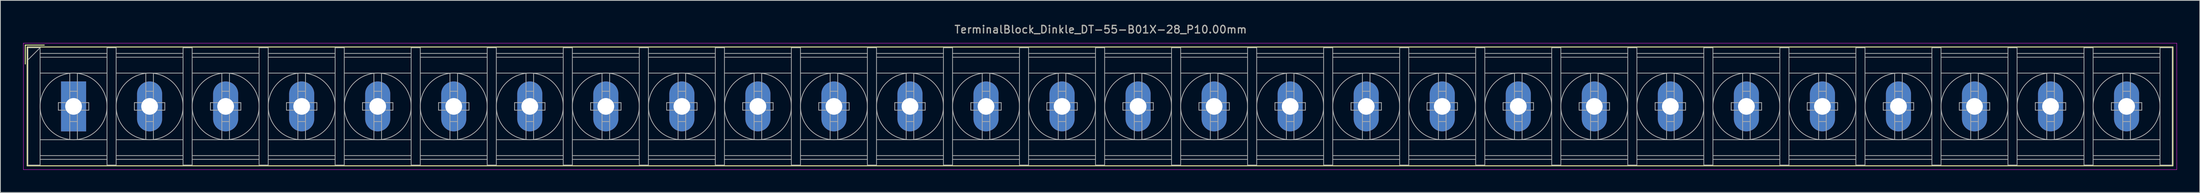
<source format=kicad_pcb>
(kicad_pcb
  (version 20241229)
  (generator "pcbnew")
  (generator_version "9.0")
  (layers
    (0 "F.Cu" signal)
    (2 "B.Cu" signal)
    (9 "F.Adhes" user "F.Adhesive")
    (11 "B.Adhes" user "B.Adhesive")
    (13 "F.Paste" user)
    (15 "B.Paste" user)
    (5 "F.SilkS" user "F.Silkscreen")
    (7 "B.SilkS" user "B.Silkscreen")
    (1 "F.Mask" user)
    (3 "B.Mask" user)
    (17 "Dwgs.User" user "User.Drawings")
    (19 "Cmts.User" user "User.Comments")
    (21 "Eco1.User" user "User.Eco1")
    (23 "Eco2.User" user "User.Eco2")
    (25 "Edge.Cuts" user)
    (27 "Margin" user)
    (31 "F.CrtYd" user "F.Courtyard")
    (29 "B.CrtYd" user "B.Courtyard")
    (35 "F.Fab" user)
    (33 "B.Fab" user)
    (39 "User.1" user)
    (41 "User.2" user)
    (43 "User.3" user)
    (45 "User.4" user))
  (footprint "TerminalBlock_Dinkle_DT-55-B01X-28_P10.00mm"
    (layer "F.Cu")
    (at 6.625 11.008)
    (property "Reference" "TerminalBlock_Dinkle_DT-55-B01X-28_P10.00mm" (at 135.08 -10.16 0) (layer "F.SilkS") (effects (font (size 1 1) (thickness 0.15))))
    (attr through_hole)
    (fp_line (start -6.35 -8.1) (end -3.85 -8.1) (stroke (width 0.12) (type solid)) (layer "F.SilkS"))
    (fp_line (start -6.35 -5.6) (end -6.35 -8.1) (stroke (width 0.12) (type solid)) (layer "F.SilkS"))
    (fp_line (start -6.1 -7.85) (end 276.1 -7.85) (stroke (width 0.12) (type solid)) (layer "F.SilkS"))
    (fp_line (start -6.1 7.85) (end -6.1 -7.85) (stroke (width 0.12) (type solid)) (layer "F.SilkS"))
    (fp_line (start -6.1 7.85) (end 276.1 7.85) (stroke (width 0.12) (type solid)) (layer "F.SilkS"))
    (fp_line (start 276.1 -7.85) (end 276.1 7.85) (stroke (width 0.12) (type solid)) (layer "F.SilkS"))
    (fp_line (start -6.6 -8.35) (end 276.6 -8.35) (stroke (width 0.05) (type solid)) (layer "F.CrtYd"))
    (fp_line (start -6.6 8.35) (end -6.6 -8.35) (stroke (width 0.05) (type solid)) (layer "F.CrtYd"))
    (fp_line (start -6.6 8.35) (end 276.6 8.35) (stroke (width 0.05) (type solid)) (layer "F.CrtYd"))
    (fp_line (start 276.6 -8.35) (end 276.6 8.35) (stroke (width 0.05) (type solid)) (layer "F.CrtYd"))
    (fp_line (start -6 -7.75) (end -6 7.75) (stroke (width 0.1) (type solid)) (layer "F.Fab"))
    (fp_line (start -6 -7.75) (end -4.4 -7.75) (stroke (width 0.1) (type solid)) (layer "F.Fab"))
    (fp_line (start -6 7.75) (end -4.4 7.75) (stroke (width 0.1) (type solid)) (layer "F.Fab"))
    (fp_line (start -4.4 -7.75) (end -6 -6.15) (stroke (width 0.1) (type solid)) (layer "F.Fab"))
    (fp_line (start -4.4 -7.75) (end -4.4 7.75) (stroke (width 0.1) (type solid)) (layer "F.Fab"))
    (fp_line (start -4.4 -7) (end 4.4 -7) (stroke (width 0.1) (type solid)) (layer "F.Fab"))
    (fp_line (start -4.4 -6.5) (end 4.4 -6.5) (stroke (width 0.1) (type solid)) (layer "F.Fab"))
    (fp_line (start -4.4 -4.4) (end 4.4 -4.4) (stroke (width 0.1) (type solid)) (layer "F.Fab"))
    (fp_line (start -4.4 4.4) (end 4.4 4.4) (stroke (width 0.1) (type solid)) (layer "F.Fab"))
    (fp_line (start -4.4 6.5) (end 4.4 6.5) (stroke (width 0.1) (type solid)) (layer "F.Fab"))
    (fp_line (start -4.4 7) (end 4.4 7) (stroke (width 0.1) (type solid)) (layer "F.Fab"))
    (fp_line (start -2 -0.5) (end -2 0.5) (stroke (width 0.1) (type solid)) (layer "F.Fab"))
    (fp_line (start -2 0.5) (end -0.5 0.5) (stroke (width 0.1) (type solid)) (layer "F.Fab"))
    (fp_line (start -0.5 -4.35) (end -0.5 -0.5) (stroke (width 0.1) (type solid)) (layer "F.Fab"))
    (fp_line (start -0.5 -2) (end 0.5 -2) (stroke (width 0.1) (type solid)) (layer "F.Fab"))
    (fp_line (start -0.5 -0.5) (end -2 -0.5) (stroke (width 0.1) (type solid)) (layer "F.Fab"))
    (fp_line (start -0.5 0.5) (end -0.5 4.35) (stroke (width 0.1) (type solid)) (layer "F.Fab"))
    (fp_line (start -0.5 2) (end 0.5 2) (stroke (width 0.1) (type solid)) (layer "F.Fab"))
    (fp_line (start 0.5 -4.35) (end 0.5 -0.5) (stroke (width 0.1) (type solid)) (layer "F.Fab"))
    (fp_line (start 0.5 -0.5) (end 2 -0.5) (stroke (width 0.1) (type solid)) (layer "F.Fab"))
    (fp_line (start 0.5 0.5) (end 0.5 4.35) (stroke (width 0.1) (type solid)) (layer "F.Fab"))
    (fp_line (start 2 -0.5) (end 2 0.5) (stroke (width 0.1) (type solid)) (layer "F.Fab"))
    (fp_line (start 2 0.5) (end 0.5 0.5) (stroke (width 0.1) (type solid)) (layer "F.Fab"))
    (fp_line (start 4.4 -7.75) (end 4.4 7.75) (stroke (width 0.1) (type solid)) (layer "F.Fab"))
    (fp_line (start 4.4 -7.75) (end 5.6 -7.75) (stroke (width 0.1) (type solid)) (layer "F.Fab"))
    (fp_line (start 4.4 7.75) (end 5.6 7.75) (stroke (width 0.1) (type solid)) (layer "F.Fab"))
    (fp_line (start 5.6 -7.75) (end 5.6 7.75) (stroke (width 0.1) (type solid)) (layer "F.Fab"))
    (fp_line (start 5.6 -7) (end 14.4 -7) (stroke (width 0.1) (type solid)) (layer "F.Fab"))
    (fp_line (start 5.6 -6.5) (end 14.4 -6.5) (stroke (width 0.1) (type solid)) (layer "F.Fab"))
    (fp_line (start 5.6 -4.4) (end 14.4 -4.4) (stroke (width 0.1) (type solid)) (layer "F.Fab"))
    (fp_line (start 5.6 4.4) (end 14.4 4.4) (stroke (width 0.1) (type solid)) (layer "F.Fab"))
    (fp_line (start 5.6 6.5) (end 14.4 6.5) (stroke (width 0.1) (type solid)) (layer "F.Fab"))
    (fp_line (start 5.6 7) (end 14.4 7) (stroke (width 0.1) (type solid)) (layer "F.Fab"))
    (fp_line (start 8 -0.5) (end 8 0.5) (stroke (width 0.1) (type solid)) (layer "F.Fab"))
    (fp_line (start 8 0.5) (end 9.5 0.5) (stroke (width 0.1) (type solid)) (layer "F.Fab"))
    (fp_line (start 9.5 -4.35) (end 9.5 -0.5) (stroke (width 0.1) (type solid)) (layer "F.Fab"))
    (fp_line (start 9.5 -2) (end 10.5 -2) (stroke (width 0.1) (type solid)) (layer "F.Fab"))
    (fp_line (start 9.5 -0.5) (end 8 -0.5) (stroke (width 0.1) (type solid)) (layer "F.Fab"))
    (fp_line (start 9.5 0.5) (end 9.5 4.35) (stroke (width 0.1) (type solid)) (layer "F.Fab"))
    (fp_line (start 9.5 2) (end 10.5 2) (stroke (width 0.1) (type solid)) (layer "F.Fab"))
    (fp_line (start 10.5 -4.35) (end 10.5 -0.5) (stroke (width 0.1) (type solid)) (layer "F.Fab"))
    (fp_line (start 10.5 -0.5) (end 12 -0.5) (stroke (width 0.1) (type solid)) (layer "F.Fab"))
    (fp_line (start 10.5 0.5) (end 10.5 4.35) (stroke (width 0.1) (type solid)) (layer "F.Fab"))
    (fp_line (start 12 -0.5) (end 12 0.5) (stroke (width 0.1) (type solid)) (layer "F.Fab"))
    (fp_line (start 12 0.5) (end 10.5 0.5) (stroke (width 0.1) (type solid)) (layer "F.Fab"))
    (fp_line (start 14.4 -7.75) (end 14.4 7.75) (stroke (width 0.1) (type solid)) (layer "F.Fab"))
    (fp_line (start 14.4 -7.75) (end 15.6 -7.75) (stroke (width 0.1) (type solid)) (layer "F.Fab"))
    (fp_line (start 14.4 7.75) (end 15.6 7.75) (stroke (width 0.1) (type solid)) (layer "F.Fab"))
    (fp_line (start 15.6 -7.75) (end 15.6 7.75) (stroke (width 0.1) (type solid)) (layer "F.Fab"))
    (fp_line (start 15.6 -7) (end 24.4 -7) (stroke (width 0.1) (type solid)) (layer "F.Fab"))
    (fp_line (start 15.6 -6.5) (end 24.4 -6.5) (stroke (width 0.1) (type solid)) (layer "F.Fab"))
    (fp_line (start 15.6 -4.4) (end 24.4 -4.4) (stroke (width 0.1) (type solid)) (layer "F.Fab"))
    (fp_line (start 15.6 4.4) (end 24.4 4.4) (stroke (width 0.1) (type solid)) (layer "F.Fab"))
    (fp_line (start 15.6 6.5) (end 24.4 6.5) (stroke (width 0.1) (type solid)) (layer "F.Fab"))
    (fp_line (start 15.6 7) (end 24.4 7) (stroke (width 0.1) (type solid)) (layer "F.Fab"))
    (fp_line (start 18 -0.5) (end 18 0.5) (stroke (width 0.1) (type solid)) (layer "F.Fab"))
    (fp_line (start 18 0.5) (end 19.5 0.5) (stroke (width 0.1) (type solid)) (layer "F.Fab"))
    (fp_line (start 19.5 -4.35) (end 19.5 -0.5) (stroke (width 0.1) (type solid)) (layer "F.Fab"))
    (fp_line (start 19.5 -2) (end 20.5 -2) (stroke (width 0.1) (type solid)) (layer "F.Fab"))
    (fp_line (start 19.5 -0.5) (end 18 -0.5) (stroke (width 0.1) (type solid)) (layer "F.Fab"))
    (fp_line (start 19.5 0.5) (end 19.5 4.35) (stroke (width 0.1) (type solid)) (layer "F.Fab"))
    (fp_line (start 19.5 2) (end 20.5 2) (stroke (width 0.1) (type solid)) (layer "F.Fab"))
    (fp_line (start 20.5 -4.35) (end 20.5 -0.5) (stroke (width 0.1) (type solid)) (layer "F.Fab"))
    (fp_line (start 20.5 -0.5) (end 22 -0.5) (stroke (width 0.1) (type solid)) (layer "F.Fab"))
    (fp_line (start 20.5 0.5) (end 20.5 4.35) (stroke (width 0.1) (type solid)) (layer "F.Fab"))
    (fp_line (start 22 -0.5) (end 22 0.5) (stroke (width 0.1) (type solid)) (layer "F.Fab"))
    (fp_line (start 22 0.5) (end 20.5 0.5) (stroke (width 0.1) (type solid)) (layer "F.Fab"))
    (fp_line (start 24.4 -7.75) (end 24.4 7.75) (stroke (width 0.1) (type solid)) (layer "F.Fab"))
    (fp_line (start 24.4 -7.75) (end 25.6 -7.75) (stroke (width 0.1) (type solid)) (layer "F.Fab"))
    (fp_line (start 24.4 7.75) (end 25.6 7.75) (stroke (width 0.1) (type solid)) (layer "F.Fab"))
    (fp_line (start 25.6 -7.75) (end 25.6 7.75) (stroke (width 0.1) (type solid)) (layer "F.Fab"))
    (fp_line (start 25.6 -7) (end 34.4 -7) (stroke (width 0.1) (type solid)) (layer "F.Fab"))
    (fp_line (start 25.6 -6.5) (end 34.4 -6.5) (stroke (width 0.1) (type solid)) (layer "F.Fab"))
    (fp_line (start 25.6 -4.4) (end 34.4 -4.4) (stroke (width 0.1) (type solid)) (layer "F.Fab"))
    (fp_line (start 25.6 4.4) (end 34.4 4.4) (stroke (width 0.1) (type solid)) (layer "F.Fab"))
    (fp_line (start 25.6 6.5) (end 34.4 6.5) (stroke (width 0.1) (type solid)) (layer "F.Fab"))
    (fp_line (start 25.6 7) (end 34.4 7) (stroke (width 0.1) (type solid)) (layer "F.Fab"))
    (fp_line (start 28 -0.5) (end 28 0.5) (stroke (width 0.1) (type solid)) (layer "F.Fab"))
    (fp_line (start 28 0.5) (end 29.5 0.5) (stroke (width 0.1) (type solid)) (layer "F.Fab"))
    (fp_line (start 29.5 -4.35) (end 29.5 -0.5) (stroke (width 0.1) (type solid)) (layer "F.Fab"))
    (fp_line (start 29.5 -2) (end 30.5 -2) (stroke (width 0.1) (type solid)) (layer "F.Fab"))
    (fp_line (start 29.5 -0.5) (end 28 -0.5) (stroke (width 0.1) (type solid)) (layer "F.Fab"))
    (fp_line (start 29.5 0.5) (end 29.5 4.35) (stroke (width 0.1) (type solid)) (layer "F.Fab"))
    (fp_line (start 29.5 2) (end 30.5 2) (stroke (width 0.1) (type solid)) (layer "F.Fab"))
    (fp_line (start 30.5 -4.35) (end 30.5 -0.5) (stroke (width 0.1) (type solid)) (layer "F.Fab"))
    (fp_line (start 30.5 -0.5) (end 32 -0.5) (stroke (width 0.1) (type solid)) (layer "F.Fab"))
    (fp_line (start 30.5 0.5) (end 30.5 4.35) (stroke (width 0.1) (type solid)) (layer "F.Fab"))
    (fp_line (start 32 -0.5) (end 32 0.5) (stroke (width 0.1) (type solid)) (layer "F.Fab"))
    (fp_line (start 32 0.5) (end 30.5 0.5) (stroke (width 0.1) (type solid)) (layer "F.Fab"))
    (fp_line (start 34.4 -7.75) (end 34.4 7.75) (stroke (width 0.1) (type solid)) (layer "F.Fab"))
    (fp_line (start 34.4 -7.75) (end 35.6 -7.75) (stroke (width 0.1) (type solid)) (layer "F.Fab"))
    (fp_line (start 34.4 7.75) (end 35.6 7.75) (stroke (width 0.1) (type solid)) (layer "F.Fab"))
    (fp_line (start 35.6 -7.75) (end 35.6 7.75) (stroke (width 0.1) (type solid)) (layer "F.Fab"))
    (fp_line (start 35.6 -7) (end 44.4 -7) (stroke (width 0.1) (type solid)) (layer "F.Fab"))
    (fp_line (start 35.6 -6.5) (end 44.4 -6.5) (stroke (width 0.1) (type solid)) (layer "F.Fab"))
    (fp_line (start 35.6 -4.4) (end 44.4 -4.4) (stroke (width 0.1) (type solid)) (layer "F.Fab"))
    (fp_line (start 35.6 4.4) (end 44.4 4.4) (stroke (width 0.1) (type solid)) (layer "F.Fab"))
    (fp_line (start 35.6 6.5) (end 44.4 6.5) (stroke (width 0.1) (type solid)) (layer "F.Fab"))
    (fp_line (start 35.6 7) (end 44.4 7) (stroke (width 0.1) (type solid)) (layer "F.Fab"))
    (fp_line (start 38 -0.5) (end 38 0.5) (stroke (width 0.1) (type solid)) (layer "F.Fab"))
    (fp_line (start 38 0.5) (end 39.5 0.5) (stroke (width 0.1) (type solid)) (layer "F.Fab"))
    (fp_line (start 39.5 -4.35) (end 39.5 -0.5) (stroke (width 0.1) (type solid)) (layer "F.Fab"))
    (fp_line (start 39.5 -2) (end 40.5 -2) (stroke (width 0.1) (type solid)) (layer "F.Fab"))
    (fp_line (start 39.5 -0.5) (end 38 -0.5) (stroke (width 0.1) (type solid)) (layer "F.Fab"))
    (fp_line (start 39.5 0.5) (end 39.5 4.35) (stroke (width 0.1) (type solid)) (layer "F.Fab"))
    (fp_line (start 39.5 2) (end 40.5 2) (stroke (width 0.1) (type solid)) (layer "F.Fab"))
    (fp_line (start 40.5 -4.35) (end 40.5 -0.5) (stroke (width 0.1) (type solid)) (layer "F.Fab"))
    (fp_line (start 40.5 -0.5) (end 42 -0.5) (stroke (width 0.1) (type solid)) (layer "F.Fab"))
    (fp_line (start 40.5 0.5) (end 40.5 4.35) (stroke (width 0.1) (type solid)) (layer "F.Fab"))
    (fp_line (start 42 -0.5) (end 42 0.5) (stroke (width 0.1) (type solid)) (layer "F.Fab"))
    (fp_line (start 42 0.5) (end 40.5 0.5) (stroke (width 0.1) (type solid)) (layer "F.Fab"))
    (fp_line (start 44.4 -7.75) (end 44.4 7.75) (stroke (width 0.1) (type solid)) (layer "F.Fab"))
    (fp_line (start 44.4 -7.75) (end 45.6 -7.75) (stroke (width 0.1) (type solid)) (layer "F.Fab"))
    (fp_line (start 44.4 7.75) (end 45.6 7.75) (stroke (width 0.1) (type solid)) (layer "F.Fab"))
    (fp_line (start 45.6 -7.75) (end 45.6 7.75) (stroke (width 0.1) (type solid)) (layer "F.Fab"))
    (fp_line (start 45.6 -7) (end 54.4 -7) (stroke (width 0.1) (type solid)) (layer "F.Fab"))
    (fp_line (start 45.6 -6.5) (end 54.4 -6.5) (stroke (width 0.1) (type solid)) (layer "F.Fab"))
    (fp_line (start 45.6 -4.4) (end 54.4 -4.4) (stroke (width 0.1) (type solid)) (layer "F.Fab"))
    (fp_line (start 45.6 4.4) (end 54.4 4.4) (stroke (width 0.1) (type solid)) (layer "F.Fab"))
    (fp_line (start 45.6 6.5) (end 54.4 6.5) (stroke (width 0.1) (type solid)) (layer "F.Fab"))
    (fp_line (start 45.6 7) (end 54.4 7) (stroke (width 0.1) (type solid)) (layer "F.Fab"))
    (fp_line (start 48 -0.5) (end 48 0.5) (stroke (width 0.1) (type solid)) (layer "F.Fab"))
    (fp_line (start 48 0.5) (end 49.5 0.5) (stroke (width 0.1) (type solid)) (layer "F.Fab"))
    (fp_line (start 49.5 -4.35) (end 49.5 -0.5) (stroke (width 0.1) (type solid)) (layer "F.Fab"))
    (fp_line (start 49.5 -2) (end 50.5 -2) (stroke (width 0.1) (type solid)) (layer "F.Fab"))
    (fp_line (start 49.5 -0.5) (end 48 -0.5) (stroke (width 0.1) (type solid)) (layer "F.Fab"))
    (fp_line (start 49.5 0.5) (end 49.5 4.35) (stroke (width 0.1) (type solid)) (layer "F.Fab"))
    (fp_line (start 49.5 2) (end 50.5 2) (stroke (width 0.1) (type solid)) (layer "F.Fab"))
    (fp_line (start 50.5 -4.35) (end 50.5 -0.5) (stroke (width 0.1) (type solid)) (layer "F.Fab"))
    (fp_line (start 50.5 -0.5) (end 52 -0.5) (stroke (width 0.1) (type solid)) (layer "F.Fab"))
    (fp_line (start 50.5 0.5) (end 50.5 4.35) (stroke (width 0.1) (type solid)) (layer "F.Fab"))
    (fp_line (start 52 -0.5) (end 52 0.5) (stroke (width 0.1) (type solid)) (layer "F.Fab"))
    (fp_line (start 52 0.5) (end 50.5 0.5) (stroke (width 0.1) (type solid)) (layer "F.Fab"))
    (fp_line (start 54.4 -7.75) (end 54.4 7.75) (stroke (width 0.1) (type solid)) (layer "F.Fab"))
    (fp_line (start 54.4 -7.75) (end 55.6 -7.75) (stroke (width 0.1) (type solid)) (layer "F.Fab"))
    (fp_line (start 54.4 7.75) (end 55.6 7.75) (stroke (width 0.1) (type solid)) (layer "F.Fab"))
    (fp_line (start 55.6 -7.75) (end 55.6 7.75) (stroke (width 0.1) (type solid)) (layer "F.Fab"))
    (fp_line (start 55.6 -7) (end 64.4 -7) (stroke (width 0.1) (type solid)) (layer "F.Fab"))
    (fp_line (start 55.6 -6.5) (end 64.4 -6.5) (stroke (width 0.1) (type solid)) (layer "F.Fab"))
    (fp_line (start 55.6 -4.4) (end 64.4 -4.4) (stroke (width 0.1) (type solid)) (layer "F.Fab"))
    (fp_line (start 55.6 4.4) (end 64.4 4.4) (stroke (width 0.1) (type solid)) (layer "F.Fab"))
    (fp_line (start 55.6 6.5) (end 64.4 6.5) (stroke (width 0.1) (type solid)) (layer "F.Fab"))
    (fp_line (start 55.6 7) (end 64.4 7) (stroke (width 0.1) (type solid)) (layer "F.Fab"))
    (fp_line (start 58 -0.5) (end 58 0.5) (stroke (width 0.1) (type solid)) (layer "F.Fab"))
    (fp_line (start 58 0.5) (end 59.5 0.5) (stroke (width 0.1) (type solid)) (layer "F.Fab"))
    (fp_line (start 59.5 -4.35) (end 59.5 -0.5) (stroke (width 0.1) (type solid)) (layer "F.Fab"))
    (fp_line (start 59.5 -2) (end 60.5 -2) (stroke (width 0.1) (type solid)) (layer "F.Fab"))
    (fp_line (start 59.5 -0.5) (end 58 -0.5) (stroke (width 0.1) (type solid)) (layer "F.Fab"))
    (fp_line (start 59.5 0.5) (end 59.5 4.35) (stroke (width 0.1) (type solid)) (layer "F.Fab"))
    (fp_line (start 59.5 2) (end 60.5 2) (stroke (width 0.1) (type solid)) (layer "F.Fab"))
    (fp_line (start 60.5 -4.35) (end 60.5 -0.5) (stroke (width 0.1) (type solid)) (layer "F.Fab"))
    (fp_line (start 60.5 -0.5) (end 62 -0.5) (stroke (width 0.1) (type solid)) (layer "F.Fab"))
    (fp_line (start 60.5 0.5) (end 60.5 4.35) (stroke (width 0.1) (type solid)) (layer "F.Fab"))
    (fp_line (start 62 -0.5) (end 62 0.5) (stroke (width 0.1) (type solid)) (layer "F.Fab"))
    (fp_line (start 62 0.5) (end 60.5 0.5) (stroke (width 0.1) (type solid)) (layer "F.Fab"))
    (fp_line (start 64.4 -7.75) (end 64.4 7.75) (stroke (width 0.1) (type solid)) (layer "F.Fab"))
    (fp_line (start 64.4 -7.75) (end 65.6 -7.75) (stroke (width 0.1) (type solid)) (layer "F.Fab"))
    (fp_line (start 64.4 7.75) (end 65.6 7.75) (stroke (width 0.1) (type solid)) (layer "F.Fab"))
    (fp_line (start 65.6 -7.75) (end 65.6 7.75) (stroke (width 0.1) (type solid)) (layer "F.Fab"))
    (fp_line (start 65.6 -7) (end 74.4 -7) (stroke (width 0.1) (type solid)) (layer "F.Fab"))
    (fp_line (start 65.6 -6.5) (end 74.4 -6.5) (stroke (width 0.1) (type solid)) (layer "F.Fab"))
    (fp_line (start 65.6 -4.4) (end 74.4 -4.4) (stroke (width 0.1) (type solid)) (layer "F.Fab"))
    (fp_line (start 65.6 4.4) (end 74.4 4.4) (stroke (width 0.1) (type solid)) (layer "F.Fab"))
    (fp_line (start 65.6 6.5) (end 74.4 6.5) (stroke (width 0.1) (type solid)) (layer "F.Fab"))
    (fp_line (start 65.6 7) (end 74.4 7) (stroke (width 0.1) (type solid)) (layer "F.Fab"))
    (fp_line (start 68 -0.5) (end 68 0.5) (stroke (width 0.1) (type solid)) (layer "F.Fab"))
    (fp_line (start 68 0.5) (end 69.5 0.5) (stroke (width 0.1) (type solid)) (layer "F.Fab"))
    (fp_line (start 69.5 -4.35) (end 69.5 -0.5) (stroke (width 0.1) (type solid)) (layer "F.Fab"))
    (fp_line (start 69.5 -2) (end 70.5 -2) (stroke (width 0.1) (type solid)) (layer "F.Fab"))
    (fp_line (start 69.5 -0.5) (end 68 -0.5) (stroke (width 0.1) (type solid)) (layer "F.Fab"))
    (fp_line (start 69.5 0.5) (end 69.5 4.35) (stroke (width 0.1) (type solid)) (layer "F.Fab"))
    (fp_line (start 69.5 2) (end 70.5 2) (stroke (width 0.1) (type solid)) (layer "F.Fab"))
    (fp_line (start 70.5 -4.35) (end 70.5 -0.5) (stroke (width 0.1) (type solid)) (layer "F.Fab"))
    (fp_line (start 70.5 -0.5) (end 72 -0.5) (stroke (width 0.1) (type solid)) (layer "F.Fab"))
    (fp_line (start 70.5 0.5) (end 70.5 4.35) (stroke (width 0.1) (type solid)) (layer "F.Fab"))
    (fp_line (start 72 -0.5) (end 72 0.5) (stroke (width 0.1) (type solid)) (layer "F.Fab"))
    (fp_line (start 72 0.5) (end 70.5 0.5) (stroke (width 0.1) (type solid)) (layer "F.Fab"))
    (fp_line (start 74.4 -7.75) (end 74.4 7.75) (stroke (width 0.1) (type solid)) (layer "F.Fab"))
    (fp_line (start 74.4 -7.75) (end 75.6 -7.75) (stroke (width 0.1) (type solid)) (layer "F.Fab"))
    (fp_line (start 74.4 7.75) (end 75.6 7.75) (stroke (width 0.1) (type solid)) (layer "F.Fab"))
    (fp_line (start 75.6 -7.75) (end 75.6 7.75) (stroke (width 0.1) (type solid)) (layer "F.Fab"))
    (fp_line (start 75.6 -7) (end 84.4 -7) (stroke (width 0.1) (type solid)) (layer "F.Fab"))
    (fp_line (start 75.6 -6.5) (end 84.4 -6.5) (stroke (width 0.1) (type solid)) (layer "F.Fab"))
    (fp_line (start 75.6 -4.4) (end 84.4 -4.4) (stroke (width 0.1) (type solid)) (layer "F.Fab"))
    (fp_line (start 75.6 4.4) (end 84.4 4.4) (stroke (width 0.1) (type solid)) (layer "F.Fab"))
    (fp_line (start 75.6 6.5) (end 84.4 6.5) (stroke (width 0.1) (type solid)) (layer "F.Fab"))
    (fp_line (start 75.6 7) (end 84.4 7) (stroke (width 0.1) (type solid)) (layer "F.Fab"))
    (fp_line (start 78 -0.5) (end 78 0.5) (stroke (width 0.1) (type solid)) (layer "F.Fab"))
    (fp_line (start 78 0.5) (end 79.5 0.5) (stroke (width 0.1) (type solid)) (layer "F.Fab"))
    (fp_line (start 79.5 -4.35) (end 79.5 -0.5) (stroke (width 0.1) (type solid)) (layer "F.Fab"))
    (fp_line (start 79.5 -2) (end 80.5 -2) (stroke (width 0.1) (type solid)) (layer "F.Fab"))
    (fp_line (start 79.5 -0.5) (end 78 -0.5) (stroke (width 0.1) (type solid)) (layer "F.Fab"))
    (fp_line (start 79.5 0.5) (end 79.5 4.35) (stroke (width 0.1) (type solid)) (layer "F.Fab"))
    (fp_line (start 79.5 2) (end 80.5 2) (stroke (width 0.1) (type solid)) (layer "F.Fab"))
    (fp_line (start 80.5 -4.35) (end 80.5 -0.5) (stroke (width 0.1) (type solid)) (layer "F.Fab"))
    (fp_line (start 80.5 -0.5) (end 82 -0.5) (stroke (width 0.1) (type solid)) (layer "F.Fab"))
    (fp_line (start 80.5 0.5) (end 80.5 4.35) (stroke (width 0.1) (type solid)) (layer "F.Fab"))
    (fp_line (start 82 -0.5) (end 82 0.5) (stroke (width 0.1) (type solid)) (layer "F.Fab"))
    (fp_line (start 82 0.5) (end 80.5 0.5) (stroke (width 0.1) (type solid)) (layer "F.Fab"))
    (fp_line (start 84.4 -7.75) (end 84.4 7.75) (stroke (width 0.1) (type solid)) (layer "F.Fab"))
    (fp_line (start 84.4 -7.75) (end 85.6 -7.75) (stroke (width 0.1) (type solid)) (layer "F.Fab"))
    (fp_line (start 84.4 7.75) (end 85.6 7.75) (stroke (width 0.1) (type solid)) (layer "F.Fab"))
    (fp_line (start 85.6 -7.75) (end 85.6 7.75) (stroke (width 0.1) (type solid)) (layer "F.Fab"))
    (fp_line (start 85.6 -7) (end 94.4 -7) (stroke (width 0.1) (type solid)) (layer "F.Fab"))
    (fp_line (start 85.6 -6.5) (end 94.4 -6.5) (stroke (width 0.1) (type solid)) (layer "F.Fab"))
    (fp_line (start 85.6 -4.4) (end 94.4 -4.4) (stroke (width 0.1) (type solid)) (layer "F.Fab"))
    (fp_line (start 85.6 4.4) (end 94.4 4.4) (stroke (width 0.1) (type solid)) (layer "F.Fab"))
    (fp_line (start 85.6 6.5) (end 94.4 6.5) (stroke (width 0.1) (type solid)) (layer "F.Fab"))
    (fp_line (start 85.6 7) (end 94.4 7) (stroke (width 0.1) (type solid)) (layer "F.Fab"))
    (fp_line (start 88 -0.5) (end 88 0.5) (stroke (width 0.1) (type solid)) (layer "F.Fab"))
    (fp_line (start 88 0.5) (end 89.5 0.5) (stroke (width 0.1) (type solid)) (layer "F.Fab"))
    (fp_line (start 89.5 -4.35) (end 89.5 -0.5) (stroke (width 0.1) (type solid)) (layer "F.Fab"))
    (fp_line (start 89.5 -2) (end 90.5 -2) (stroke (width 0.1) (type solid)) (layer "F.Fab"))
    (fp_line (start 89.5 -0.5) (end 88 -0.5) (stroke (width 0.1) (type solid)) (layer "F.Fab"))
    (fp_line (start 89.5 0.5) (end 89.5 4.35) (stroke (width 0.1) (type solid)) (layer "F.Fab"))
    (fp_line (start 89.5 2) (end 90.5 2) (stroke (width 0.1) (type solid)) (layer "F.Fab"))
    (fp_line (start 90.5 -4.35) (end 90.5 -0.5) (stroke (width 0.1) (type solid)) (layer "F.Fab"))
    (fp_line (start 90.5 -0.5) (end 92 -0.5) (stroke (width 0.1) (type solid)) (layer "F.Fab"))
    (fp_line (start 90.5 0.5) (end 90.5 4.35) (stroke (width 0.1) (type solid)) (layer "F.Fab"))
    (fp_line (start 92 -0.5) (end 92 0.5) (stroke (width 0.1) (type solid)) (layer "F.Fab"))
    (fp_line (start 92 0.5) (end 90.5 0.5) (stroke (width 0.1) (type solid)) (layer "F.Fab"))
    (fp_line (start 94.4 -7.75) (end 94.4 7.75) (stroke (width 0.1) (type solid)) (layer "F.Fab"))
    (fp_line (start 94.4 -7.75) (end 95.6 -7.75) (stroke (width 0.1) (type solid)) (layer "F.Fab"))
    (fp_line (start 94.4 7.75) (end 95.6 7.75) (stroke (width 0.1) (type solid)) (layer "F.Fab"))
    (fp_line (start 95.6 -7.75) (end 95.6 7.75) (stroke (width 0.1) (type solid)) (layer "F.Fab"))
    (fp_line (start 95.6 -7) (end 104.4 -7) (stroke (width 0.1) (type solid)) (layer "F.Fab"))
    (fp_line (start 95.6 -6.5) (end 104.4 -6.5) (stroke (width 0.1) (type solid)) (layer "F.Fab"))
    (fp_line (start 95.6 -4.4) (end 104.4 -4.4) (stroke (width 0.1) (type solid)) (layer "F.Fab"))
    (fp_line (start 95.6 4.4) (end 104.4 4.4) (stroke (width 0.1) (type solid)) (layer "F.Fab"))
    (fp_line (start 95.6 6.5) (end 104.4 6.5) (stroke (width 0.1) (type solid)) (layer "F.Fab"))
    (fp_line (start 95.6 7) (end 104.4 7) (stroke (width 0.1) (type solid)) (layer "F.Fab"))
    (fp_line (start 98 -0.5) (end 98 0.5) (stroke (width 0.1) (type solid)) (layer "F.Fab"))
    (fp_line (start 98 0.5) (end 99.5 0.5) (stroke (width 0.1) (type solid)) (layer "F.Fab"))
    (fp_line (start 99.5 -4.35) (end 99.5 -0.5) (stroke (width 0.1) (type solid)) (layer "F.Fab"))
    (fp_line (start 99.5 -2) (end 100.5 -2) (stroke (width 0.1) (type solid)) (layer "F.Fab"))
    (fp_line (start 99.5 -0.5) (end 98 -0.5) (stroke (width 0.1) (type solid)) (layer "F.Fab"))
    (fp_line (start 99.5 0.5) (end 99.5 4.35) (stroke (width 0.1) (type solid)) (layer "F.Fab"))
    (fp_line (start 99.5 2) (end 100.5 2) (stroke (width 0.1) (type solid)) (layer "F.Fab"))
    (fp_line (start 100.5 -4.35) (end 100.5 -0.5) (stroke (width 0.1) (type solid)) (layer "F.Fab"))
    (fp_line (start 100.5 -0.5) (end 102 -0.5) (stroke (width 0.1) (type solid)) (layer "F.Fab"))
    (fp_line (start 100.5 0.5) (end 100.5 4.35) (stroke (width 0.1) (type solid)) (layer "F.Fab"))
    (fp_line (start 102 -0.5) (end 102 0.5) (stroke (width 0.1) (type solid)) (layer "F.Fab"))
    (fp_line (start 102 0.5) (end 100.5 0.5) (stroke (width 0.1) (type solid)) (layer "F.Fab"))
    (fp_line (start 104.4 -7.75) (end 104.4 7.75) (stroke (width 0.1) (type solid)) (layer "F.Fab"))
    (fp_line (start 104.4 -7.75) (end 105.6 -7.75) (stroke (width 0.1) (type solid)) (layer "F.Fab"))
    (fp_line (start 104.4 7.75) (end 105.6 7.75) (stroke (width 0.1) (type solid)) (layer "F.Fab"))
    (fp_line (start 105.6 -7.75) (end 105.6 7.75) (stroke (width 0.1) (type solid)) (layer "F.Fab"))
    (fp_line (start 105.6 -7) (end 114.4 -7) (stroke (width 0.1) (type solid)) (layer "F.Fab"))
    (fp_line (start 105.6 -6.5) (end 114.4 -6.5) (stroke (width 0.1) (type solid)) (layer "F.Fab"))
    (fp_line (start 105.6 -4.4) (end 114.4 -4.4) (stroke (width 0.1) (type solid)) (layer "F.Fab"))
    (fp_line (start 105.6 4.4) (end 114.4 4.4) (stroke (width 0.1) (type solid)) (layer "F.Fab"))
    (fp_line (start 105.6 6.5) (end 114.4 6.5) (stroke (width 0.1) (type solid)) (layer "F.Fab"))
    (fp_line (start 105.6 7) (end 114.4 7) (stroke (width 0.1) (type solid)) (layer "F.Fab"))
    (fp_line (start 108 -0.5) (end 108 0.5) (stroke (width 0.1) (type solid)) (layer "F.Fab"))
    (fp_line (start 108 0.5) (end 109.5 0.5) (stroke (width 0.1) (type solid)) (layer "F.Fab"))
    (fp_line (start 109.5 -4.35) (end 109.5 -0.5) (stroke (width 0.1) (type solid)) (layer "F.Fab"))
    (fp_line (start 109.5 -2) (end 110.5 -2) (stroke (width 0.1) (type solid)) (layer "F.Fab"))
    (fp_line (start 109.5 -0.5) (end 108 -0.5) (stroke (width 0.1) (type solid)) (layer "F.Fab"))
    (fp_line (start 109.5 0.5) (end 109.5 4.35) (stroke (width 0.1) (type solid)) (layer "F.Fab"))
    (fp_line (start 109.5 2) (end 110.5 2) (stroke (width 0.1) (type solid)) (layer "F.Fab"))
    (fp_line (start 110.5 -4.35) (end 110.5 -0.5) (stroke (width 0.1) (type solid)) (layer "F.Fab"))
    (fp_line (start 110.5 -0.5) (end 112 -0.5) (stroke (width 0.1) (type solid)) (layer "F.Fab"))
    (fp_line (start 110.5 0.5) (end 110.5 4.35) (stroke (width 0.1) (type solid)) (layer "F.Fab"))
    (fp_line (start 112 -0.5) (end 112 0.5) (stroke (width 0.1) (type solid)) (layer "F.Fab"))
    (fp_line (start 112 0.5) (end 110.5 0.5) (stroke (width 0.1) (type solid)) (layer "F.Fab"))
    (fp_line (start 114.4 -7.75) (end 114.4 7.75) (stroke (width 0.1) (type solid)) (layer "F.Fab"))
    (fp_line (start 114.4 -7.75) (end 115.6 -7.75) (stroke (width 0.1) (type solid)) (layer "F.Fab"))
    (fp_line (start 114.4 7.75) (end 115.6 7.75) (stroke (width 0.1) (type solid)) (layer "F.Fab"))
    (fp_line (start 115.6 -7.75) (end 115.6 7.75) (stroke (width 0.1) (type solid)) (layer "F.Fab"))
    (fp_line (start 115.6 -7) (end 124.4 -7) (stroke (width 0.1) (type solid)) (layer "F.Fab"))
    (fp_line (start 115.6 -6.5) (end 124.4 -6.5) (stroke (width 0.1) (type solid)) (layer "F.Fab"))
    (fp_line (start 115.6 -4.4) (end 124.4 -4.4) (stroke (width 0.1) (type solid)) (layer "F.Fab"))
    (fp_line (start 115.6 4.4) (end 124.4 4.4) (stroke (width 0.1) (type solid)) (layer "F.Fab"))
    (fp_line (start 115.6 6.5) (end 124.4 6.5) (stroke (width 0.1) (type solid)) (layer "F.Fab"))
    (fp_line (start 115.6 7) (end 124.4 7) (stroke (width 0.1) (type solid)) (layer "F.Fab"))
    (fp_line (start 118 -0.5) (end 118 0.5) (stroke (width 0.1) (type solid)) (layer "F.Fab"))
    (fp_line (start 118 0.5) (end 119.5 0.5) (stroke (width 0.1) (type solid)) (layer "F.Fab"))
    (fp_line (start 119.5 -4.35) (end 119.5 -0.5) (stroke (width 0.1) (type solid)) (layer "F.Fab"))
    (fp_line (start 119.5 -2) (end 120.5 -2) (stroke (width 0.1) (type solid)) (layer "F.Fab"))
    (fp_line (start 119.5 -0.5) (end 118 -0.5) (stroke (width 0.1) (type solid)) (layer "F.Fab"))
    (fp_line (start 119.5 0.5) (end 119.5 4.35) (stroke (width 0.1) (type solid)) (layer "F.Fab"))
    (fp_line (start 119.5 2) (end 120.5 2) (stroke (width 0.1) (type solid)) (layer "F.Fab"))
    (fp_line (start 120.5 -4.35) (end 120.5 -0.5) (stroke (width 0.1) (type solid)) (layer "F.Fab"))
    (fp_line (start 120.5 -0.5) (end 122 -0.5) (stroke (width 0.1) (type solid)) (layer "F.Fab"))
    (fp_line (start 120.5 0.5) (end 120.5 4.35) (stroke (width 0.1) (type solid)) (layer "F.Fab"))
    (fp_line (start 122 -0.5) (end 122 0.5) (stroke (width 0.1) (type solid)) (layer "F.Fab"))
    (fp_line (start 122 0.5) (end 120.5 0.5) (stroke (width 0.1) (type solid)) (layer "F.Fab"))
    (fp_line (start 124.4 -7.75) (end 124.4 7.75) (stroke (width 0.1) (type solid)) (layer "F.Fab"))
    (fp_line (start 124.4 -7.75) (end 125.6 -7.75) (stroke (width 0.1) (type solid)) (layer "F.Fab"))
    (fp_line (start 124.4 7.75) (end 125.6 7.75) (stroke (width 0.1) (type solid)) (layer "F.Fab"))
    (fp_line (start 125.6 -7.75) (end 125.6 7.75) (stroke (width 0.1) (type solid)) (layer "F.Fab"))
    (fp_line (start 125.6 -7) (end 134.4 -7) (stroke (width 0.1) (type solid)) (layer "F.Fab"))
    (fp_line (start 125.6 -6.5) (end 134.4 -6.5) (stroke (width 0.1) (type solid)) (layer "F.Fab"))
    (fp_line (start 125.6 -4.4) (end 134.4 -4.4) (stroke (width 0.1) (type solid)) (layer "F.Fab"))
    (fp_line (start 125.6 4.4) (end 134.4 4.4) (stroke (width 0.1) (type solid)) (layer "F.Fab"))
    (fp_line (start 125.6 6.5) (end 134.4 6.5) (stroke (width 0.1) (type solid)) (layer "F.Fab"))
    (fp_line (start 125.6 7) (end 134.4 7) (stroke (width 0.1) (type solid)) (layer "F.Fab"))
    (fp_line (start 128 -0.5) (end 128 0.5) (stroke (width 0.1) (type solid)) (layer "F.Fab"))
    (fp_line (start 128 0.5) (end 129.5 0.5) (stroke (width 0.1) (type solid)) (layer "F.Fab"))
    (fp_line (start 129.5 -4.35) (end 129.5 -0.5) (stroke (width 0.1) (type solid)) (layer "F.Fab"))
    (fp_line (start 129.5 -2) (end 130.5 -2) (stroke (width 0.1) (type solid)) (layer "F.Fab"))
    (fp_line (start 129.5 -0.5) (end 128 -0.5) (stroke (width 0.1) (type solid)) (layer "F.Fab"))
    (fp_line (start 129.5 0.5) (end 129.5 4.35) (stroke (width 0.1) (type solid)) (layer "F.Fab"))
    (fp_line (start 129.5 2) (end 130.5 2) (stroke (width 0.1) (type solid)) (layer "F.Fab"))
    (fp_line (start 130.5 -4.35) (end 130.5 -0.5) (stroke (width 0.1) (type solid)) (layer "F.Fab"))
    (fp_line (start 130.5 -0.5) (end 132 -0.5) (stroke (width 0.1) (type solid)) (layer "F.Fab"))
    (fp_line (start 130.5 0.5) (end 130.5 4.35) (stroke (width 0.1) (type solid)) (layer "F.Fab"))
    (fp_line (start 132 -0.5) (end 132 0.5) (stroke (width 0.1) (type solid)) (layer "F.Fab"))
    (fp_line (start 132 0.5) (end 130.5 0.5) (stroke (width 0.1) (type solid)) (layer "F.Fab"))
    (fp_line (start 134.4 -7.75) (end 134.4 7.75) (stroke (width 0.1) (type solid)) (layer "F.Fab"))
    (fp_line (start 134.4 -7.75) (end 135.6 -7.75) (stroke (width 0.1) (type solid)) (layer "F.Fab"))
    (fp_line (start 134.4 7.75) (end 135.6 7.75) (stroke (width 0.1) (type solid)) (layer "F.Fab"))
    (fp_line (start 135.6 -7.75) (end 135.6 7.75) (stroke (width 0.1) (type solid)) (layer "F.Fab"))
    (fp_line (start 135.6 -7) (end 144.4 -7) (stroke (width 0.1) (type solid)) (layer "F.Fab"))
    (fp_line (start 135.6 -6.5) (end 144.4 -6.5) (stroke (width 0.1) (type solid)) (layer "F.Fab"))
    (fp_line (start 135.6 -4.4) (end 144.4 -4.4) (stroke (width 0.1) (type solid)) (layer "F.Fab"))
    (fp_line (start 135.6 4.4) (end 144.4 4.4) (stroke (width 0.1) (type solid)) (layer "F.Fab"))
    (fp_line (start 135.6 6.5) (end 144.4 6.5) (stroke (width 0.1) (type solid)) (layer "F.Fab"))
    (fp_line (start 135.6 7) (end 144.4 7) (stroke (width 0.1) (type solid)) (layer "F.Fab"))
    (fp_line (start 138 -0.5) (end 138 0.5) (stroke (width 0.1) (type solid)) (layer "F.Fab"))
    (fp_line (start 138 0.5) (end 139.5 0.5) (stroke (width 0.1) (type solid)) (layer "F.Fab"))
    (fp_line (start 139.5 -4.35) (end 139.5 -0.5) (stroke (width 0.1) (type solid)) (layer "F.Fab"))
    (fp_line (start 139.5 -2) (end 140.5 -2) (stroke (width 0.1) (type solid)) (layer "F.Fab"))
    (fp_line (start 139.5 -0.5) (end 138 -0.5) (stroke (width 0.1) (type solid)) (layer "F.Fab"))
    (fp_line (start 139.5 0.5) (end 139.5 4.35) (stroke (width 0.1) (type solid)) (layer "F.Fab"))
    (fp_line (start 139.5 2) (end 140.5 2) (stroke (width 0.1) (type solid)) (layer "F.Fab"))
    (fp_line (start 140.5 -4.35) (end 140.5 -0.5) (stroke (width 0.1) (type solid)) (layer "F.Fab"))
    (fp_line (start 140.5 -0.5) (end 142 -0.5) (stroke (width 0.1) (type solid)) (layer "F.Fab"))
    (fp_line (start 140.5 0.5) (end 140.5 4.35) (stroke (width 0.1) (type solid)) (layer "F.Fab"))
    (fp_line (start 142 -0.5) (end 142 0.5) (stroke (width 0.1) (type solid)) (layer "F.Fab"))
    (fp_line (start 142 0.5) (end 140.5 0.5) (stroke (width 0.1) (type solid)) (layer "F.Fab"))
    (fp_line (start 144.4 -7.75) (end 144.4 7.75) (stroke (width 0.1) (type solid)) (layer "F.Fab"))
    (fp_line (start 144.4 -7.75) (end 145.6 -7.75) (stroke (width 0.1) (type solid)) (layer "F.Fab"))
    (fp_line (start 144.4 7.75) (end 145.6 7.75) (stroke (width 0.1) (type solid)) (layer "F.Fab"))
    (fp_line (start 145.6 -7.75) (end 145.6 7.75) (stroke (width 0.1) (type solid)) (layer "F.Fab"))
    (fp_line (start 145.6 -7) (end 154.4 -7) (stroke (width 0.1) (type solid)) (layer "F.Fab"))
    (fp_line (start 145.6 -6.5) (end 154.4 -6.5) (stroke (width 0.1) (type solid)) (layer "F.Fab"))
    (fp_line (start 145.6 -4.4) (end 154.4 -4.4) (stroke (width 0.1) (type solid)) (layer "F.Fab"))
    (fp_line (start 145.6 4.4) (end 154.4 4.4) (stroke (width 0.1) (type solid)) (layer "F.Fab"))
    (fp_line (start 145.6 6.5) (end 154.4 6.5) (stroke (width 0.1) (type solid)) (layer "F.Fab"))
    (fp_line (start 145.6 7) (end 154.4 7) (stroke (width 0.1) (type solid)) (layer "F.Fab"))
    (fp_line (start 148 -0.5) (end 148 0.5) (stroke (width 0.1) (type solid)) (layer "F.Fab"))
    (fp_line (start 148 0.5) (end 149.5 0.5) (stroke (width 0.1) (type solid)) (layer "F.Fab"))
    (fp_line (start 149.5 -4.35) (end 149.5 -0.5) (stroke (width 0.1) (type solid)) (layer "F.Fab"))
    (fp_line (start 149.5 -2) (end 150.5 -2) (stroke (width 0.1) (type solid)) (layer "F.Fab"))
    (fp_line (start 149.5 -0.5) (end 148 -0.5) (stroke (width 0.1) (type solid)) (layer "F.Fab"))
    (fp_line (start 149.5 0.5) (end 149.5 4.35) (stroke (width 0.1) (type solid)) (layer "F.Fab"))
    (fp_line (start 149.5 2) (end 150.5 2) (stroke (width 0.1) (type solid)) (layer "F.Fab"))
    (fp_line (start 150.5 -4.35) (end 150.5 -0.5) (stroke (width 0.1) (type solid)) (layer "F.Fab"))
    (fp_line (start 150.5 -0.5) (end 152 -0.5) (stroke (width 0.1) (type solid)) (layer "F.Fab"))
    (fp_line (start 150.5 0.5) (end 150.5 4.35) (stroke (width 0.1) (type solid)) (layer "F.Fab"))
    (fp_line (start 152 -0.5) (end 152 0.5) (stroke (width 0.1) (type solid)) (layer "F.Fab"))
    (fp_line (start 152 0.5) (end 150.5 0.5) (stroke (width 0.1) (type solid)) (layer "F.Fab"))
    (fp_line (start 154.4 -7.75) (end 154.4 7.75) (stroke (width 0.1) (type solid)) (layer "F.Fab"))
    (fp_line (start 154.4 -7.75) (end 155.6 -7.75) (stroke (width 0.1) (type solid)) (layer "F.Fab"))
    (fp_line (start 154.4 7.75) (end 155.6 7.75) (stroke (width 0.1) (type solid)) (layer "F.Fab"))
    (fp_line (start 155.6 -7.75) (end 155.6 7.75) (stroke (width 0.1) (type solid)) (layer "F.Fab"))
    (fp_line (start 155.6 -7) (end 164.4 -7) (stroke (width 0.1) (type solid)) (layer "F.Fab"))
    (fp_line (start 155.6 -6.5) (end 164.4 -6.5) (stroke (width 0.1) (type solid)) (layer "F.Fab"))
    (fp_line (start 155.6 -4.4) (end 164.4 -4.4) (stroke (width 0.1) (type solid)) (layer "F.Fab"))
    (fp_line (start 155.6 4.4) (end 164.4 4.4) (stroke (width 0.1) (type solid)) (layer "F.Fab"))
    (fp_line (start 155.6 6.5) (end 164.4 6.5) (stroke (width 0.1) (type solid)) (layer "F.Fab"))
    (fp_line (start 155.6 7) (end 164.4 7) (stroke (width 0.1) (type solid)) (layer "F.Fab"))
    (fp_line (start 158 -0.5) (end 158 0.5) (stroke (width 0.1) (type solid)) (layer "F.Fab"))
    (fp_line (start 158 0.5) (end 159.5 0.5) (stroke (width 0.1) (type solid)) (layer "F.Fab"))
    (fp_line (start 159.5 -4.35) (end 159.5 -0.5) (stroke (width 0.1) (type solid)) (layer "F.Fab"))
    (fp_line (start 159.5 -2) (end 160.5 -2) (stroke (width 0.1) (type solid)) (layer "F.Fab"))
    (fp_line (start 159.5 -0.5) (end 158 -0.5) (stroke (width 0.1) (type solid)) (layer "F.Fab"))
    (fp_line (start 159.5 0.5) (end 159.5 4.35) (stroke (width 0.1) (type solid)) (layer "F.Fab"))
    (fp_line (start 159.5 2) (end 160.5 2) (stroke (width 0.1) (type solid)) (layer "F.Fab"))
    (fp_line (start 160.5 -4.35) (end 160.5 -0.5) (stroke (width 0.1) (type solid)) (layer "F.Fab"))
    (fp_line (start 160.5 -0.5) (end 162 -0.5) (stroke (width 0.1) (type solid)) (layer "F.Fab"))
    (fp_line (start 160.5 0.5) (end 160.5 4.35) (stroke (width 0.1) (type solid)) (layer "F.Fab"))
    (fp_line (start 162 -0.5) (end 162 0.5) (stroke (width 0.1) (type solid)) (layer "F.Fab"))
    (fp_line (start 162 0.5) (end 160.5 0.5) (stroke (width 0.1) (type solid)) (layer "F.Fab"))
    (fp_line (start 164.4 -7.75) (end 164.4 7.75) (stroke (width 0.1) (type solid)) (layer "F.Fab"))
    (fp_line (start 164.4 -7.75) (end 165.6 -7.75) (stroke (width 0.1) (type solid)) (layer "F.Fab"))
    (fp_line (start 164.4 7.75) (end 165.6 7.75) (stroke (width 0.1) (type solid)) (layer "F.Fab"))
    (fp_line (start 165.6 -7.75) (end 165.6 7.75) (stroke (width 0.1) (type solid)) (layer "F.Fab"))
    (fp_line (start 165.6 -7) (end 174.4 -7) (stroke (width 0.1) (type solid)) (layer "F.Fab"))
    (fp_line (start 165.6 -6.5) (end 174.4 -6.5) (stroke (width 0.1) (type solid)) (layer "F.Fab"))
    (fp_line (start 165.6 -4.4) (end 174.4 -4.4) (stroke (width 0.1) (type solid)) (layer "F.Fab"))
    (fp_line (start 165.6 4.4) (end 174.4 4.4) (stroke (width 0.1) (type solid)) (layer "F.Fab"))
    (fp_line (start 165.6 6.5) (end 174.4 6.5) (stroke (width 0.1) (type solid)) (layer "F.Fab"))
    (fp_line (start 165.6 7) (end 174.4 7) (stroke (width 0.1) (type solid)) (layer "F.Fab"))
    (fp_line (start 168 -0.5) (end 168 0.5) (stroke (width 0.1) (type solid)) (layer "F.Fab"))
    (fp_line (start 168 0.5) (end 169.5 0.5) (stroke (width 0.1) (type solid)) (layer "F.Fab"))
    (fp_line (start 169.5 -4.35) (end 169.5 -0.5) (stroke (width 0.1) (type solid)) (layer "F.Fab"))
    (fp_line (start 169.5 -2) (end 170.5 -2) (stroke (width 0.1) (type solid)) (layer "F.Fab"))
    (fp_line (start 169.5 -0.5) (end 168 -0.5) (stroke (width 0.1) (type solid)) (layer "F.Fab"))
    (fp_line (start 169.5 0.5) (end 169.5 4.35) (stroke (width 0.1) (type solid)) (layer "F.Fab"))
    (fp_line (start 169.5 2) (end 170.5 2) (stroke (width 0.1) (type solid)) (layer "F.Fab"))
    (fp_line (start 170.5 -4.35) (end 170.5 -0.5) (stroke (width 0.1) (type solid)) (layer "F.Fab"))
    (fp_line (start 170.5 -0.5) (end 172 -0.5) (stroke (width 0.1) (type solid)) (layer "F.Fab"))
    (fp_line (start 170.5 0.5) (end 170.5 4.35) (stroke (width 0.1) (type solid)) (layer "F.Fab"))
    (fp_line (start 172 -0.5) (end 172 0.5) (stroke (width 0.1) (type solid)) (layer "F.Fab"))
    (fp_line (start 172 0.5) (end 170.5 0.5) (stroke (width 0.1) (type solid)) (layer "F.Fab"))
    (fp_line (start 174.4 -7.75) (end 174.4 7.75) (stroke (width 0.1) (type solid)) (layer "F.Fab"))
    (fp_line (start 174.4 -7.75) (end 175.6 -7.75) (stroke (width 0.1) (type solid)) (layer "F.Fab"))
    (fp_line (start 174.4 7.75) (end 175.6 7.75) (stroke (width 0.1) (type solid)) (layer "F.Fab"))
    (fp_line (start 175.6 -7.75) (end 175.6 7.75) (stroke (width 0.1) (type solid)) (layer "F.Fab"))
    (fp_line (start 175.6 -7) (end 184.4 -7) (stroke (width 0.1) (type solid)) (layer "F.Fab"))
    (fp_line (start 175.6 -6.5) (end 184.4 -6.5) (stroke (width 0.1) (type solid)) (layer "F.Fab"))
    (fp_line (start 175.6 -4.4) (end 184.4 -4.4) (stroke (width 0.1) (type solid)) (layer "F.Fab"))
    (fp_line (start 175.6 4.4) (end 184.4 4.4) (stroke (width 0.1) (type solid)) (layer "F.Fab"))
    (fp_line (start 175.6 6.5) (end 184.4 6.5) (stroke (width 0.1) (type solid)) (layer "F.Fab"))
    (fp_line (start 175.6 7) (end 184.4 7) (stroke (width 0.1) (type solid)) (layer "F.Fab"))
    (fp_line (start 178 -0.5) (end 178 0.5) (stroke (width 0.1) (type solid)) (layer "F.Fab"))
    (fp_line (start 178 0.5) (end 179.5 0.5) (stroke (width 0.1) (type solid)) (layer "F.Fab"))
    (fp_line (start 179.5 -4.35) (end 179.5 -0.5) (stroke (width 0.1) (type solid)) (layer "F.Fab"))
    (fp_line (start 179.5 -2) (end 180.5 -2) (stroke (width 0.1) (type solid)) (layer "F.Fab"))
    (fp_line (start 179.5 -0.5) (end 178 -0.5) (stroke (width 0.1) (type solid)) (layer "F.Fab"))
    (fp_line (start 179.5 0.5) (end 179.5 4.35) (stroke (width 0.1) (type solid)) (layer "F.Fab"))
    (fp_line (start 179.5 2) (end 180.5 2) (stroke (width 0.1) (type solid)) (layer "F.Fab"))
    (fp_line (start 180.5 -4.35) (end 180.5 -0.5) (stroke (width 0.1) (type solid)) (layer "F.Fab"))
    (fp_line (start 180.5 -0.5) (end 182 -0.5) (stroke (width 0.1) (type solid)) (layer "F.Fab"))
    (fp_line (start 180.5 0.5) (end 180.5 4.35) (stroke (width 0.1) (type solid)) (layer "F.Fab"))
    (fp_line (start 182 -0.5) (end 182 0.5) (stroke (width 0.1) (type solid)) (layer "F.Fab"))
    (fp_line (start 182 0.5) (end 180.5 0.5) (stroke (width 0.1) (type solid)) (layer "F.Fab"))
    (fp_line (start 184.4 -7.75) (end 184.4 7.75) (stroke (width 0.1) (type solid)) (layer "F.Fab"))
    (fp_line (start 184.4 -7.75) (end 185.6 -7.75) (stroke (width 0.1) (type solid)) (layer "F.Fab"))
    (fp_line (start 184.4 7.75) (end 185.6 7.75) (stroke (width 0.1) (type solid)) (layer "F.Fab"))
    (fp_line (start 185.6 -7.75) (end 185.6 7.75) (stroke (width 0.1) (type solid)) (layer "F.Fab"))
    (fp_line (start 185.6 -7) (end 194.4 -7) (stroke (width 0.1) (type solid)) (layer "F.Fab"))
    (fp_line (start 185.6 -6.5) (end 194.4 -6.5) (stroke (width 0.1) (type solid)) (layer "F.Fab"))
    (fp_line (start 185.6 -4.4) (end 194.4 -4.4) (stroke (width 0.1) (type solid)) (layer "F.Fab"))
    (fp_line (start 185.6 4.4) (end 194.4 4.4) (stroke (width 0.1) (type solid)) (layer "F.Fab"))
    (fp_line (start 185.6 6.5) (end 194.4 6.5) (stroke (width 0.1) (type solid)) (layer "F.Fab"))
    (fp_line (start 185.6 7) (end 194.4 7) (stroke (width 0.1) (type solid)) (layer "F.Fab"))
    (fp_line (start 188 -0.5) (end 188 0.5) (stroke (width 0.1) (type solid)) (layer "F.Fab"))
    (fp_line (start 188 0.5) (end 189.5 0.5) (stroke (width 0.1) (type solid)) (layer "F.Fab"))
    (fp_line (start 189.5 -4.35) (end 189.5 -0.5) (stroke (width 0.1) (type solid)) (layer "F.Fab"))
    (fp_line (start 189.5 -2) (end 190.5 -2) (stroke (width 0.1) (type solid)) (layer "F.Fab"))
    (fp_line (start 189.5 -0.5) (end 188 -0.5) (stroke (width 0.1) (type solid)) (layer "F.Fab"))
    (fp_line (start 189.5 0.5) (end 189.5 4.35) (stroke (width 0.1) (type solid)) (layer "F.Fab"))
    (fp_line (start 189.5 2) (end 190.5 2) (stroke (width 0.1) (type solid)) (layer "F.Fab"))
    (fp_line (start 190.5 -4.35) (end 190.5 -0.5) (stroke (width 0.1) (type solid)) (layer "F.Fab"))
    (fp_line (start 190.5 -0.5) (end 192 -0.5) (stroke (width 0.1) (type solid)) (layer "F.Fab"))
    (fp_line (start 190.5 0.5) (end 190.5 4.35) (stroke (width 0.1) (type solid)) (layer "F.Fab"))
    (fp_line (start 192 -0.5) (end 192 0.5) (stroke (width 0.1) (type solid)) (layer "F.Fab"))
    (fp_line (start 192 0.5) (end 190.5 0.5) (stroke (width 0.1) (type solid)) (layer "F.Fab"))
    (fp_line (start 194.4 -7.75) (end 194.4 7.75) (stroke (width 0.1) (type solid)) (layer "F.Fab"))
    (fp_line (start 194.4 -7.75) (end 195.6 -7.75) (stroke (width 0.1) (type solid)) (layer "F.Fab"))
    (fp_line (start 194.4 7.75) (end 195.6 7.75) (stroke (width 0.1) (type solid)) (layer "F.Fab"))
    (fp_line (start 195.6 -7.75) (end 195.6 7.75) (stroke (width 0.1) (type solid)) (layer "F.Fab"))
    (fp_line (start 195.6 -7) (end 204.4 -7) (stroke (width 0.1) (type solid)) (layer "F.Fab"))
    (fp_line (start 195.6 -6.5) (end 204.4 -6.5) (stroke (width 0.1) (type solid)) (layer "F.Fab"))
    (fp_line (start 195.6 -4.4) (end 204.4 -4.4) (stroke (width 0.1) (type solid)) (layer "F.Fab"))
    (fp_line (start 195.6 4.4) (end 204.4 4.4) (stroke (width 0.1) (type solid)) (layer "F.Fab"))
    (fp_line (start 195.6 6.5) (end 204.4 6.5) (stroke (width 0.1) (type solid)) (layer "F.Fab"))
    (fp_line (start 195.6 7) (end 204.4 7) (stroke (width 0.1) (type solid)) (layer "F.Fab"))
    (fp_line (start 198 -0.5) (end 198 0.5) (stroke (width 0.1) (type solid)) (layer "F.Fab"))
    (fp_line (start 198 0.5) (end 199.5 0.5) (stroke (width 0.1) (type solid)) (layer "F.Fab"))
    (fp_line (start 199.5 -4.35) (end 199.5 -0.5) (stroke (width 0.1) (type solid)) (layer "F.Fab"))
    (fp_line (start 199.5 -2) (end 200.5 -2) (stroke (width 0.1) (type solid)) (layer "F.Fab"))
    (fp_line (start 199.5 -0.5) (end 198 -0.5) (stroke (width 0.1) (type solid)) (layer "F.Fab"))
    (fp_line (start 199.5 0.5) (end 199.5 4.35) (stroke (width 0.1) (type solid)) (layer "F.Fab"))
    (fp_line (start 199.5 2) (end 200.5 2) (stroke (width 0.1) (type solid)) (layer "F.Fab"))
    (fp_line (start 200.5 -4.35) (end 200.5 -0.5) (stroke (width 0.1) (type solid)) (layer "F.Fab"))
    (fp_line (start 200.5 -0.5) (end 202 -0.5) (stroke (width 0.1) (type solid)) (layer "F.Fab"))
    (fp_line (start 200.5 0.5) (end 200.5 4.35) (stroke (width 0.1) (type solid)) (layer "F.Fab"))
    (fp_line (start 202 -0.5) (end 202 0.5) (stroke (width 0.1) (type solid)) (layer "F.Fab"))
    (fp_line (start 202 0.5) (end 200.5 0.5) (stroke (width 0.1) (type solid)) (layer "F.Fab"))
    (fp_line (start 204.4 -7.75) (end 204.4 7.75) (stroke (width 0.1) (type solid)) (layer "F.Fab"))
    (fp_line (start 204.4 -7.75) (end 205.6 -7.75) (stroke (width 0.1) (type solid)) (layer "F.Fab"))
    (fp_line (start 204.4 7.75) (end 205.6 7.75) (stroke (width 0.1) (type solid)) (layer "F.Fab"))
    (fp_line (start 205.6 -7.75) (end 205.6 7.75) (stroke (width 0.1) (type solid)) (layer "F.Fab"))
    (fp_line (start 205.6 -7) (end 214.4 -7) (stroke (width 0.1) (type solid)) (layer "F.Fab"))
    (fp_line (start 205.6 -6.5) (end 214.4 -6.5) (stroke (width 0.1) (type solid)) (layer "F.Fab"))
    (fp_line (start 205.6 -4.4) (end 214.4 -4.4) (stroke (width 0.1) (type solid)) (layer "F.Fab"))
    (fp_line (start 205.6 4.4) (end 214.4 4.4) (stroke (width 0.1) (type solid)) (layer "F.Fab"))
    (fp_line (start 205.6 6.5) (end 214.4 6.5) (stroke (width 0.1) (type solid)) (layer "F.Fab"))
    (fp_line (start 205.6 7) (end 214.4 7) (stroke (width 0.1) (type solid)) (layer "F.Fab"))
    (fp_line (start 208 -0.5) (end 208 0.5) (stroke (width 0.1) (type solid)) (layer "F.Fab"))
    (fp_line (start 208 0.5) (end 209.5 0.5) (stroke (width 0.1) (type solid)) (layer "F.Fab"))
    (fp_line (start 209.5 -4.35) (end 209.5 -0.5) (stroke (width 0.1) (type solid)) (layer "F.Fab"))
    (fp_line (start 209.5 -2) (end 210.5 -2) (stroke (width 0.1) (type solid)) (layer "F.Fab"))
    (fp_line (start 209.5 -0.5) (end 208 -0.5) (stroke (width 0.1) (type solid)) (layer "F.Fab"))
    (fp_line (start 209.5 0.5) (end 209.5 4.35) (stroke (width 0.1) (type solid)) (layer "F.Fab"))
    (fp_line (start 209.5 2) (end 210.5 2) (stroke (width 0.1) (type solid)) (layer "F.Fab"))
    (fp_line (start 210.5 -4.35) (end 210.5 -0.5) (stroke (width 0.1) (type solid)) (layer "F.Fab"))
    (fp_line (start 210.5 -0.5) (end 212 -0.5) (stroke (width 0.1) (type solid)) (layer "F.Fab"))
    (fp_line (start 210.5 0.5) (end 210.5 4.35) (stroke (width 0.1) (type solid)) (layer "F.Fab"))
    (fp_line (start 212 -0.5) (end 212 0.5) (stroke (width 0.1) (type solid)) (layer "F.Fab"))
    (fp_line (start 212 0.5) (end 210.5 0.5) (stroke (width 0.1) (type solid)) (layer "F.Fab"))
    (fp_line (start 214.4 -7.75) (end 214.4 7.75) (stroke (width 0.1) (type solid)) (layer "F.Fab"))
    (fp_line (start 214.4 -7.75) (end 215.6 -7.75) (stroke (width 0.1) (type solid)) (layer "F.Fab"))
    (fp_line (start 214.4 7.75) (end 215.6 7.75) (stroke (width 0.1) (type solid)) (layer "F.Fab"))
    (fp_line (start 215.6 -7.75) (end 215.6 7.75) (stroke (width 0.1) (type solid)) (layer "F.Fab"))
    (fp_line (start 215.6 -7) (end 224.4 -7) (stroke (width 0.1) (type solid)) (layer "F.Fab"))
    (fp_line (start 215.6 -6.5) (end 224.4 -6.5) (stroke (width 0.1) (type solid)) (layer "F.Fab"))
    (fp_line (start 215.6 -4.4) (end 224.4 -4.4) (stroke (width 0.1) (type solid)) (layer "F.Fab"))
    (fp_line (start 215.6 4.4) (end 224.4 4.4) (stroke (width 0.1) (type solid)) (layer "F.Fab"))
    (fp_line (start 215.6 6.5) (end 224.4 6.5) (stroke (width 0.1) (type solid)) (layer "F.Fab"))
    (fp_line (start 215.6 7) (end 224.4 7) (stroke (width 0.1) (type solid)) (layer "F.Fab"))
    (fp_line (start 218 -0.5) (end 218 0.5) (stroke (width 0.1) (type solid)) (layer "F.Fab"))
    (fp_line (start 218 0.5) (end 219.5 0.5) (stroke (width 0.1) (type solid)) (layer "F.Fab"))
    (fp_line (start 219.5 -4.35) (end 219.5 -0.5) (stroke (width 0.1) (type solid)) (layer "F.Fab"))
    (fp_line (start 219.5 -2) (end 220.5 -2) (stroke (width 0.1) (type solid)) (layer "F.Fab"))
    (fp_line (start 219.5 -0.5) (end 218 -0.5) (stroke (width 0.1) (type solid)) (layer "F.Fab"))
    (fp_line (start 219.5 0.5) (end 219.5 4.35) (stroke (width 0.1) (type solid)) (layer "F.Fab"))
    (fp_line (start 219.5 2) (end 220.5 2) (stroke (width 0.1) (type solid)) (layer "F.Fab"))
    (fp_line (start 220.5 -4.35) (end 220.5 -0.5) (stroke (width 0.1) (type solid)) (layer "F.Fab"))
    (fp_line (start 220.5 -0.5) (end 222 -0.5) (stroke (width 0.1) (type solid)) (layer "F.Fab"))
    (fp_line (start 220.5 0.5) (end 220.5 4.35) (stroke (width 0.1) (type solid)) (layer "F.Fab"))
    (fp_line (start 222 -0.5) (end 222 0.5) (stroke (width 0.1) (type solid)) (layer "F.Fab"))
    (fp_line (start 222 0.5) (end 220.5 0.5) (stroke (width 0.1) (type solid)) (layer "F.Fab"))
    (fp_line (start 224.4 -7.75) (end 224.4 7.75) (stroke (width 0.1) (type solid)) (layer "F.Fab"))
    (fp_line (start 224.4 -7.75) (end 225.6 -7.75) (stroke (width 0.1) (type solid)) (layer "F.Fab"))
    (fp_line (start 224.4 7.75) (end 225.6 7.75) (stroke (width 0.1) (type solid)) (layer "F.Fab"))
    (fp_line (start 225.6 -7.75) (end 225.6 7.75) (stroke (width 0.1) (type solid)) (layer "F.Fab"))
    (fp_line (start 225.6 -7) (end 234.4 -7) (stroke (width 0.1) (type solid)) (layer "F.Fab"))
    (fp_line (start 225.6 -6.5) (end 234.4 -6.5) (stroke (width 0.1) (type solid)) (layer "F.Fab"))
    (fp_line (start 225.6 -4.4) (end 234.4 -4.4) (stroke (width 0.1) (type solid)) (layer "F.Fab"))
    (fp_line (start 225.6 4.4) (end 234.4 4.4) (stroke (width 0.1) (type solid)) (layer "F.Fab"))
    (fp_line (start 225.6 6.5) (end 234.4 6.5) (stroke (width 0.1) (type solid)) (layer "F.Fab"))
    (fp_line (start 225.6 7) (end 234.4 7) (stroke (width 0.1) (type solid)) (layer "F.Fab"))
    (fp_line (start 228 -0.5) (end 228 0.5) (stroke (width 0.1) (type solid)) (layer "F.Fab"))
    (fp_line (start 228 0.5) (end 229.5 0.5) (stroke (width 0.1) (type solid)) (layer "F.Fab"))
    (fp_line (start 229.5 -4.35) (end 229.5 -0.5) (stroke (width 0.1) (type solid)) (layer "F.Fab"))
    (fp_line (start 229.5 -2) (end 230.5 -2) (stroke (width 0.1) (type solid)) (layer "F.Fab"))
    (fp_line (start 229.5 -0.5) (end 228 -0.5) (stroke (width 0.1) (type solid)) (layer "F.Fab"))
    (fp_line (start 229.5 0.5) (end 229.5 4.35) (stroke (width 0.1) (type solid)) (layer "F.Fab"))
    (fp_line (start 229.5 2) (end 230.5 2) (stroke (width 0.1) (type solid)) (layer "F.Fab"))
    (fp_line (start 230.5 -4.35) (end 230.5 -0.5) (stroke (width 0.1) (type solid)) (layer "F.Fab"))
    (fp_line (start 230.5 -0.5) (end 232 -0.5) (stroke (width 0.1) (type solid)) (layer "F.Fab"))
    (fp_line (start 230.5 0.5) (end 230.5 4.35) (stroke (width 0.1) (type solid)) (layer "F.Fab"))
    (fp_line (start 232 -0.5) (end 232 0.5) (stroke (width 0.1) (type solid)) (layer "F.Fab"))
    (fp_line (start 232 0.5) (end 230.5 0.5) (stroke (width 0.1) (type solid)) (layer "F.Fab"))
    (fp_line (start 234.4 -7.75) (end 234.4 7.75) (stroke (width 0.1) (type solid)) (layer "F.Fab"))
    (fp_line (start 234.4 -7.75) (end 235.6 -7.75) (stroke (width 0.1) (type solid)) (layer "F.Fab"))
    (fp_line (start 234.4 7.75) (end 235.6 7.75) (stroke (width 0.1) (type solid)) (layer "F.Fab"))
    (fp_line (start 235.6 -7.75) (end 235.6 7.75) (stroke (width 0.1) (type solid)) (layer "F.Fab"))
    (fp_line (start 235.6 -7) (end 244.4 -7) (stroke (width 0.1) (type solid)) (layer "F.Fab"))
    (fp_line (start 235.6 -6.5) (end 244.4 -6.5) (stroke (width 0.1) (type solid)) (layer "F.Fab"))
    (fp_line (start 235.6 -4.4) (end 244.4 -4.4) (stroke (width 0.1) (type solid)) (layer "F.Fab"))
    (fp_line (start 235.6 4.4) (end 244.4 4.4) (stroke (width 0.1) (type solid)) (layer "F.Fab"))
    (fp_line (start 235.6 6.5) (end 244.4 6.5) (stroke (width 0.1) (type solid)) (layer "F.Fab"))
    (fp_line (start 235.6 7) (end 244.4 7) (stroke (width 0.1) (type solid)) (layer "F.Fab"))
    (fp_line (start 238 -0.5) (end 238 0.5) (stroke (width 0.1) (type solid)) (layer "F.Fab"))
    (fp_line (start 238 0.5) (end 239.5 0.5) (stroke (width 0.1) (type solid)) (layer "F.Fab"))
    (fp_line (start 239.5 -4.35) (end 239.5 -0.5) (stroke (width 0.1) (type solid)) (layer "F.Fab"))
    (fp_line (start 239.5 -2) (end 240.5 -2) (stroke (width 0.1) (type solid)) (layer "F.Fab"))
    (fp_line (start 239.5 -0.5) (end 238 -0.5) (stroke (width 0.1) (type solid)) (layer "F.Fab"))
    (fp_line (start 239.5 0.5) (end 239.5 4.35) (stroke (width 0.1) (type solid)) (layer "F.Fab"))
    (fp_line (start 239.5 2) (end 240.5 2) (stroke (width 0.1) (type solid)) (layer "F.Fab"))
    (fp_line (start 240.5 -4.35) (end 240.5 -0.5) (stroke (width 0.1) (type solid)) (layer "F.Fab"))
    (fp_line (start 240.5 -0.5) (end 242 -0.5) (stroke (width 0.1) (type solid)) (layer "F.Fab"))
    (fp_line (start 240.5 0.5) (end 240.5 4.35) (stroke (width 0.1) (type solid)) (layer "F.Fab"))
    (fp_line (start 242 -0.5) (end 242 0.5) (stroke (width 0.1) (type solid)) (layer "F.Fab"))
    (fp_line (start 242 0.5) (end 240.5 0.5) (stroke (width 0.1) (type solid)) (layer "F.Fab"))
    (fp_line (start 244.4 -7.75) (end 244.4 7.75) (stroke (width 0.1) (type solid)) (layer "F.Fab"))
    (fp_line (start 244.4 -7.75) (end 245.6 -7.75) (stroke (width 0.1) (type solid)) (layer "F.Fab"))
    (fp_line (start 244.4 7.75) (end 245.6 7.75) (stroke (width 0.1) (type solid)) (layer "F.Fab"))
    (fp_line (start 245.6 -7.75) (end 245.6 7.75) (stroke (width 0.1) (type solid)) (layer "F.Fab"))
    (fp_line (start 245.6 -7) (end 254.4 -7) (stroke (width 0.1) (type solid)) (layer "F.Fab"))
    (fp_line (start 245.6 -6.5) (end 254.4 -6.5) (stroke (width 0.1) (type solid)) (layer "F.Fab"))
    (fp_line (start 245.6 -4.4) (end 254.4 -4.4) (stroke (width 0.1) (type solid)) (layer "F.Fab"))
    (fp_line (start 245.6 4.4) (end 254.4 4.4) (stroke (width 0.1) (type solid)) (layer "F.Fab"))
    (fp_line (start 245.6 6.5) (end 254.4 6.5) (stroke (width 0.1) (type solid)) (layer "F.Fab"))
    (fp_line (start 245.6 7) (end 254.4 7) (stroke (width 0.1) (type solid)) (layer "F.Fab"))
    (fp_line (start 248 -0.5) (end 248 0.5) (stroke (width 0.1) (type solid)) (layer "F.Fab"))
    (fp_line (start 248 0.5) (end 249.5 0.5) (stroke (width 0.1) (type solid)) (layer "F.Fab"))
    (fp_line (start 249.5 -4.35) (end 249.5 -0.5) (stroke (width 0.1) (type solid)) (layer "F.Fab"))
    (fp_line (start 249.5 -2) (end 250.5 -2) (stroke (width 0.1) (type solid)) (layer "F.Fab"))
    (fp_line (start 249.5 -0.5) (end 248 -0.5) (stroke (width 0.1) (type solid)) (layer "F.Fab"))
    (fp_line (start 249.5 0.5) (end 249.5 4.35) (stroke (width 0.1) (type solid)) (layer "F.Fab"))
    (fp_line (start 249.5 2) (end 250.5 2) (stroke (width 0.1) (type solid)) (layer "F.Fab"))
    (fp_line (start 250.5 -4.35) (end 250.5 -0.5) (stroke (width 0.1) (type solid)) (layer "F.Fab"))
    (fp_line (start 250.5 -0.5) (end 252 -0.5) (stroke (width 0.1) (type solid)) (layer "F.Fab"))
    (fp_line (start 250.5 0.5) (end 250.5 4.35) (stroke (width 0.1) (type solid)) (layer "F.Fab"))
    (fp_line (start 252 -0.5) (end 252 0.5) (stroke (width 0.1) (type solid)) (layer "F.Fab"))
    (fp_line (start 252 0.5) (end 250.5 0.5) (stroke (width 0.1) (type solid)) (layer "F.Fab"))
    (fp_line (start 254.4 -7.75) (end 254.4 7.75) (stroke (width 0.1) (type solid)) (layer "F.Fab"))
    (fp_line (start 254.4 -7.75) (end 255.6 -7.75) (stroke (width 0.1) (type solid)) (layer "F.Fab"))
    (fp_line (start 254.4 7.75) (end 255.6 7.75) (stroke (width 0.1) (type solid)) (layer "F.Fab"))
    (fp_line (start 255.6 -7.75) (end 255.6 7.75) (stroke (width 0.1) (type solid)) (layer "F.Fab"))
    (fp_line (start 255.6 -7) (end 264.4 -7) (stroke (width 0.1) (type solid)) (layer "F.Fab"))
    (fp_line (start 255.6 -6.5) (end 264.4 -6.5) (stroke (width 0.1) (type solid)) (layer "F.Fab"))
    (fp_line (start 255.6 -4.4) (end 264.4 -4.4) (stroke (width 0.1) (type solid)) (layer "F.Fab"))
    (fp_line (start 255.6 4.4) (end 264.4 4.4) (stroke (width 0.1) (type solid)) (layer "F.Fab"))
    (fp_line (start 255.6 6.5) (end 264.4 6.5) (stroke (width 0.1) (type solid)) (layer "F.Fab"))
    (fp_line (start 255.6 7) (end 264.4 7) (stroke (width 0.1) (type solid)) (layer "F.Fab"))
    (fp_line (start 258 -0.5) (end 258 0.5) (stroke (width 0.1) (type solid)) (layer "F.Fab"))
    (fp_line (start 258 0.5) (end 259.5 0.5) (stroke (width 0.1) (type solid)) (layer "F.Fab"))
    (fp_line (start 259.5 -4.35) (end 259.5 -0.5) (stroke (width 0.1) (type solid)) (layer "F.Fab"))
    (fp_line (start 259.5 -2) (end 260.5 -2) (stroke (width 0.1) (type solid)) (layer "F.Fab"))
    (fp_line (start 259.5 -0.5) (end 258 -0.5) (stroke (width 0.1) (type solid)) (layer "F.Fab"))
    (fp_line (start 259.5 0.5) (end 259.5 4.35) (stroke (width 0.1) (type solid)) (layer "F.Fab"))
    (fp_line (start 259.5 2) (end 260.5 2) (stroke (width 0.1) (type solid)) (layer "F.Fab"))
    (fp_line (start 260.5 -4.35) (end 260.5 -0.5) (stroke (width 0.1) (type solid)) (layer "F.Fab"))
    (fp_line (start 260.5 -0.5) (end 262 -0.5) (stroke (width 0.1) (type solid)) (layer "F.Fab"))
    (fp_line (start 260.5 0.5) (end 260.5 4.35) (stroke (width 0.1) (type solid)) (layer "F.Fab"))
    (fp_line (start 262 -0.5) (end 262 0.5) (stroke (width 0.1) (type solid)) (layer "F.Fab"))
    (fp_line (start 262 0.5) (end 260.5 0.5) (stroke (width 0.1) (type solid)) (layer "F.Fab"))
    (fp_line (start 264.4 -7.75) (end 264.4 7.75) (stroke (width 0.1) (type solid)) (layer "F.Fab"))
    (fp_line (start 264.4 -7.75) (end 265.6 -7.75) (stroke (width 0.1) (type solid)) (layer "F.Fab"))
    (fp_line (start 264.4 7.75) (end 265.6 7.75) (stroke (width 0.1) (type solid)) (layer "F.Fab"))
    (fp_line (start 265.6 -7.75) (end 265.6 7.75) (stroke (width 0.1) (type solid)) (layer "F.Fab"))
    (fp_line (start 265.6 -7) (end 274.4 -7) (stroke (width 0.1) (type solid)) (layer "F.Fab"))
    (fp_line (start 265.6 -6.5) (end 274.4 -6.5) (stroke (width 0.1) (type solid)) (layer "F.Fab"))
    (fp_line (start 265.6 -4.4) (end 274.4 -4.4) (stroke (width 0.1) (type solid)) (layer "F.Fab"))
    (fp_line (start 265.6 4.4) (end 274.4 4.4) (stroke (width 0.1) (type solid)) (layer "F.Fab"))
    (fp_line (start 265.6 6.5) (end 274.4 6.5) (stroke (width 0.1) (type solid)) (layer "F.Fab"))
    (fp_line (start 265.6 7) (end 274.4 7) (stroke (width 0.1) (type solid)) (layer "F.Fab"))
    (fp_line (start 268 -0.5) (end 268 0.5) (stroke (width 0.1) (type solid)) (layer "F.Fab"))
    (fp_line (start 268 0.5) (end 269.5 0.5) (stroke (width 0.1) (type solid)) (layer "F.Fab"))
    (fp_line (start 269.5 -4.35) (end 269.5 -0.5) (stroke (width 0.1) (type solid)) (layer "F.Fab"))
    (fp_line (start 269.5 -2) (end 270.5 -2) (stroke (width 0.1) (type solid)) (layer "F.Fab"))
    (fp_line (start 269.5 -0.5) (end 268 -0.5) (stroke (width 0.1) (type solid)) (layer "F.Fab"))
    (fp_line (start 269.5 0.5) (end 269.5 4.35) (stroke (width 0.1) (type solid)) (layer "F.Fab"))
    (fp_line (start 269.5 2) (end 270.5 2) (stroke (width 0.1) (type solid)) (layer "F.Fab"))
    (fp_line (start 270.5 -4.35) (end 270.5 -0.5) (stroke (width 0.1) (type solid)) (layer "F.Fab"))
    (fp_line (start 270.5 -0.5) (end 272 -0.5) (stroke (width 0.1) (type solid)) (layer "F.Fab"))
    (fp_line (start 270.5 0.5) (end 270.5 4.35) (stroke (width 0.1) (type solid)) (layer "F.Fab"))
    (fp_line (start 272 -0.5) (end 272 0.5) (stroke (width 0.1) (type solid)) (layer "F.Fab"))
    (fp_line (start 272 0.5) (end 270.5 0.5) (stroke (width 0.1) (type solid)) (layer "F.Fab"))
    (fp_line (start 274.4 -7.75) (end 274.4 7.75) (stroke (width 0.1) (type solid)) (layer "F.Fab"))
    (fp_line (start 274.4 -7.75) (end 276 -7.75) (stroke (width 0.1) (type solid)) (layer "F.Fab"))
    (fp_line (start 274.4 7.75) (end 276 7.75) (stroke (width 0.1) (type solid)) (layer "F.Fab"))
    (fp_line (start 276 -7.75) (end 276 7.75) (stroke (width 0.1) (type solid)) (layer "F.Fab"))
    (fp_circle (center 0 0) (end 0.5 0.5) (stroke (width 0.1) (type solid)) (fill no) (layer "F.Fab"))
    (fp_circle (center 0 0) (end 4.4 0) (stroke (width 0.1) (type solid)) (fill no) (layer "F.Fab"))
    (fp_circle (center 10 0) (end 10.5 0.5) (stroke (width 0.1) (type solid)) (fill no) (layer "F.Fab"))
    (fp_circle (center 10 0) (end 14.4 0) (stroke (width 0.1) (type solid)) (fill no) (layer "F.Fab"))
    (fp_circle (center 20 0) (end 20.5 0.5) (stroke (width 0.1) (type solid)) (fill no) (layer "F.Fab"))
    (fp_circle (center 20 0) (end 24.4 0) (stroke (width 0.1) (type solid)) (fill no) (layer "F.Fab"))
    (fp_circle (center 30 0) (end 30.5 0.5) (stroke (width 0.1) (type solid)) (fill no) (layer "F.Fab"))
    (fp_circle (center 30 0) (end 34.4 0) (stroke (width 0.1) (type solid)) (fill no) (layer "F.Fab"))
    (fp_circle (center 40 0) (end 40.5 0.5) (stroke (width 0.1) (type solid)) (fill no) (layer "F.Fab"))
    (fp_circle (center 40 0) (end 44.4 0) (stroke (width 0.1) (type solid)) (fill no) (layer "F.Fab"))
    (fp_circle (center 50 0) (end 50.5 0.5) (stroke (width 0.1) (type solid)) (fill no) (layer "F.Fab"))
    (fp_circle (center 50 0) (end 54.4 0) (stroke (width 0.1) (type solid)) (fill no) (layer "F.Fab"))
    (fp_circle (center 60 0) (end 60.5 0.5) (stroke (width 0.1) (type solid)) (fill no) (layer "F.Fab"))
    (fp_circle (center 60 0) (end 64.4 0) (stroke (width 0.1) (type solid)) (fill no) (layer "F.Fab"))
    (fp_circle (center 70 0) (end 70.5 0.5) (stroke (width 0.1) (type solid)) (fill no) (layer "F.Fab"))
    (fp_circle (center 70 0) (end 74.4 0) (stroke (width 0.1) (type solid)) (fill no) (layer "F.Fab"))
    (fp_circle (center 80 0) (end 80.5 0.5) (stroke (width 0.1) (type solid)) (fill no) (layer "F.Fab"))
    (fp_circle (center 80 0) (end 84.4 0) (stroke (width 0.1) (type solid)) (fill no) (layer "F.Fab"))
    (fp_circle (center 90 0) (end 90.5 0.5) (stroke (width 0.1) (type solid)) (fill no) (layer "F.Fab"))
    (fp_circle (center 90 0) (end 94.4 0) (stroke (width 0.1) (type solid)) (fill no) (layer "F.Fab"))
    (fp_circle (center 100 0) (end 100.5 0.5) (stroke (width 0.1) (type solid)) (fill no) (layer "F.Fab"))
    (fp_circle (center 100 0) (end 104.4 0) (stroke (width 0.1) (type solid)) (fill no) (layer "F.Fab"))
    (fp_circle (center 110 0) (end 110.5 0.5) (stroke (width 0.1) (type solid)) (fill no) (layer "F.Fab"))
    (fp_circle (center 110 0) (end 114.4 0) (stroke (width 0.1) (type solid)) (fill no) (layer "F.Fab"))
    (fp_circle (center 120 0) (end 120.5 0.5) (stroke (width 0.1) (type solid)) (fill no) (layer "F.Fab"))
    (fp_circle (center 120 0) (end 124.4 0) (stroke (width 0.1) (type solid)) (fill no) (layer "F.Fab"))
    (fp_circle (center 130 0) (end 130.5 0.5) (stroke (width 0.1) (type solid)) (fill no) (layer "F.Fab"))
    (fp_circle (center 130 0) (end 134.4 0) (stroke (width 0.1) (type solid)) (fill no) (layer "F.Fab"))
    (fp_circle (center 140 0) (end 140.5 0.5) (stroke (width 0.1) (type solid)) (fill no) (layer "F.Fab"))
    (fp_circle (center 140 0) (end 144.4 0) (stroke (width 0.1) (type solid)) (fill no) (layer "F.Fab"))
    (fp_circle (center 150 0) (end 150.5 0.5) (stroke (width 0.1) (type solid)) (fill no) (layer "F.Fab"))
    (fp_circle (center 150 0) (end 154.4 0) (stroke (width 0.1) (type solid)) (fill no) (layer "F.Fab"))
    (fp_circle (center 160 0) (end 160.5 0.5) (stroke (width 0.1) (type solid)) (fill no) (layer "F.Fab"))
    (fp_circle (center 160 0) (end 164.4 0) (stroke (width 0.1) (type solid)) (fill no) (layer "F.Fab"))
    (fp_circle (center 170 0) (end 170.5 0.5) (stroke (width 0.1) (type solid)) (fill no) (layer "F.Fab"))
    (fp_circle (center 170 0) (end 174.4 0) (stroke (width 0.1) (type solid)) (fill no) (layer "F.Fab"))
    (fp_circle (center 180 0) (end 180.5 0.5) (stroke (width 0.1) (type solid)) (fill no) (layer "F.Fab"))
    (fp_circle (center 180 0) (end 184.4 0) (stroke (width 0.1) (type solid)) (fill no) (layer "F.Fab"))
    (fp_circle (center 190 0) (end 190.5 0.5) (stroke (width 0.1) (type solid)) (fill no) (layer "F.Fab"))
    (fp_circle (center 190 0) (end 194.4 0) (stroke (width 0.1) (type solid)) (fill no) (layer "F.Fab"))
    (fp_circle (center 200 0) (end 200.5 0.5) (stroke (width 0.1) (type solid)) (fill no) (layer "F.Fab"))
    (fp_circle (center 200 0) (end 204.4 0) (stroke (width 0.1) (type solid)) (fill no) (layer "F.Fab"))
    (fp_circle (center 210 0) (end 210.5 0.5) (stroke (width 0.1) (type solid)) (fill no) (layer "F.Fab"))
    (fp_circle (center 210 0) (end 214.4 0) (stroke (width 0.1) (type solid)) (fill no) (layer "F.Fab"))
    (fp_circle (center 220 0) (end 220.5 0.5) (stroke (width 0.1) (type solid)) (fill no) (layer "F.Fab"))
    (fp_circle (center 220 0) (end 224.4 0) (stroke (width 0.1) (type solid)) (fill no) (layer "F.Fab"))
    (fp_circle (center 230 0) (end 230.5 0.5) (stroke (width 0.1) (type solid)) (fill no) (layer "F.Fab"))
    (fp_circle (center 230 0) (end 234.4 0) (stroke (width 0.1) (type solid)) (fill no) (layer "F.Fab"))
    (fp_circle (center 240 0) (end 240.5 0.5) (stroke (width 0.1) (type solid)) (fill no) (layer "F.Fab"))
    (fp_circle (center 240 0) (end 244.4 0) (stroke (width 0.1) (type solid)) (fill no) (layer "F.Fab"))
    (fp_circle (center 250 0) (end 250.5 0.5) (stroke (width 0.1) (type solid)) (fill no) (layer "F.Fab"))
    (fp_circle (center 250 0) (end 254.4 0) (stroke (width 0.1) (type solid)) (fill no) (layer "F.Fab"))
    (fp_circle (center 260 0) (end 260.5 0.5) (stroke (width 0.1) (type solid)) (fill no) (layer "F.Fab"))
    (fp_circle (center 260 0) (end 264.4 0) (stroke (width 0.1) (type solid)) (fill no) (layer "F.Fab"))
    (fp_circle (center 270 0) (end 270.5 0.5) (stroke (width 0.1) (type solid)) (fill no) (layer "F.Fab"))
    (fp_circle (center 270 0) (end 274.4 0) (stroke (width 0.1) (type solid)) (fill no) (layer "F.Fab"))
    (fp_text user "${REFERENCE}" (at 135.08 -10.16 0) (layer "F.Fab") (effects (font (size 1 1) (thickness 0.15))))
    (pad "1" thru_hole rect (at 0 0) (size 3.3 6.6) (drill 2.2) (layers "*.Cu" "*.Mask"))
    (pad "2" thru_hole oval (at 10 0) (size 3.3 6.6) (drill 2.2) (layers "*.Cu" "*.Mask"))
    (pad "3" thru_hole oval (at 20 0) (size 3.3 6.6) (drill 2.2) (layers "*.Cu" "*.Mask"))
    (pad "4" thru_hole oval (at 30 0) (size 3.3 6.6) (drill 2.2) (layers "*.Cu" "*.Mask"))
    (pad "5" thru_hole oval (at 40 0) (size 3.3 6.6) (drill 2.2) (layers "*.Cu" "*.Mask"))
    (pad "6" thru_hole oval (at 50 0) (size 3.3 6.6) (drill 2.2) (layers "*.Cu" "*.Mask"))
    (pad "7" thru_hole oval (at 60 0) (size 3.3 6.6) (drill 2.2) (layers "*.Cu" "*.Mask"))
    (pad "8" thru_hole oval (at 70 0) (size 3.3 6.6) (drill 2.2) (layers "*.Cu" "*.Mask"))
    (pad "9" thru_hole oval (at 80 0) (size 3.3 6.6) (drill 2.2) (layers "*.Cu" "*.Mask"))
    (pad "10" thru_hole oval (at 90 0) (size 3.3 6.6) (drill 2.2) (layers "*.Cu" "*.Mask"))
    (pad "11" thru_hole oval (at 100 0) (size 3.3 6.6) (drill 2.2) (layers "*.Cu" "*.Mask"))
    (pad "12" thru_hole oval (at 110 0) (size 3.3 6.6) (drill 2.2) (layers "*.Cu" "*.Mask"))
    (pad "13" thru_hole oval (at 120 0) (size 3.3 6.6) (drill 2.2) (layers "*.Cu" "*.Mask"))
    (pad "14" thru_hole oval (at 130 0) (size 3.3 6.6) (drill 2.2) (layers "*.Cu" "*.Mask"))
    (pad "15" thru_hole oval (at 140 0) (size 3.3 6.6) (drill 2.2) (layers "*.Cu" "*.Mask"))
    (pad "16" thru_hole oval (at 150 0) (size 3.3 6.6) (drill 2.2) (layers "*.Cu" "*.Mask"))
    (pad "17" thru_hole oval (at 160 0) (size 3.3 6.6) (drill 2.2) (layers "*.Cu" "*.Mask"))
    (pad "18" thru_hole oval (at 170 0) (size 3.3 6.6) (drill 2.2) (layers "*.Cu" "*.Mask"))
    (pad "19" thru_hole oval (at 180 0) (size 3.3 6.6) (drill 2.2) (layers "*.Cu" "*.Mask"))
    (pad "20" thru_hole oval (at 190 0) (size 3.3 6.6) (drill 2.2) (layers "*.Cu" "*.Mask"))
    (pad "21" thru_hole oval (at 200 0) (size 3.3 6.6) (drill 2.2) (layers "*.Cu" "*.Mask"))
    (pad "22" thru_hole oval (at 210 0) (size 3.3 6.6) (drill 2.2) (layers "*.Cu" "*.Mask"))
    (pad "23" thru_hole oval (at 220 0) (size 3.3 6.6) (drill 2.2) (layers "*.Cu" "*.Mask"))
    (pad "24" thru_hole oval (at 230 0) (size 3.3 6.6) (drill 2.2) (layers "*.Cu" "*.Mask"))
    (pad "25" thru_hole oval (at 240 0) (size 3.3 6.6) (drill 2.2) (layers "*.Cu" "*.Mask"))
    (pad "26" thru_hole oval (at 250 0) (size 3.3 6.6) (drill 2.2) (layers "*.Cu" "*.Mask"))
    (pad "27" thru_hole oval (at 260 0) (size 3.3 6.6) (drill 2.2) (layers "*.Cu" "*.Mask"))
    (pad "28" thru_hole oval (at 270 0) (size 3.3 6.6) (drill 2.2) (layers "*.Cu" "*.Mask")))
  (gr_rect
    (start -3 -3)
    (end 286.25 22.383)
    (stroke (width 0.1) (type default))
    (fill no)
    (layer "Edge.Cuts")))
</source>
